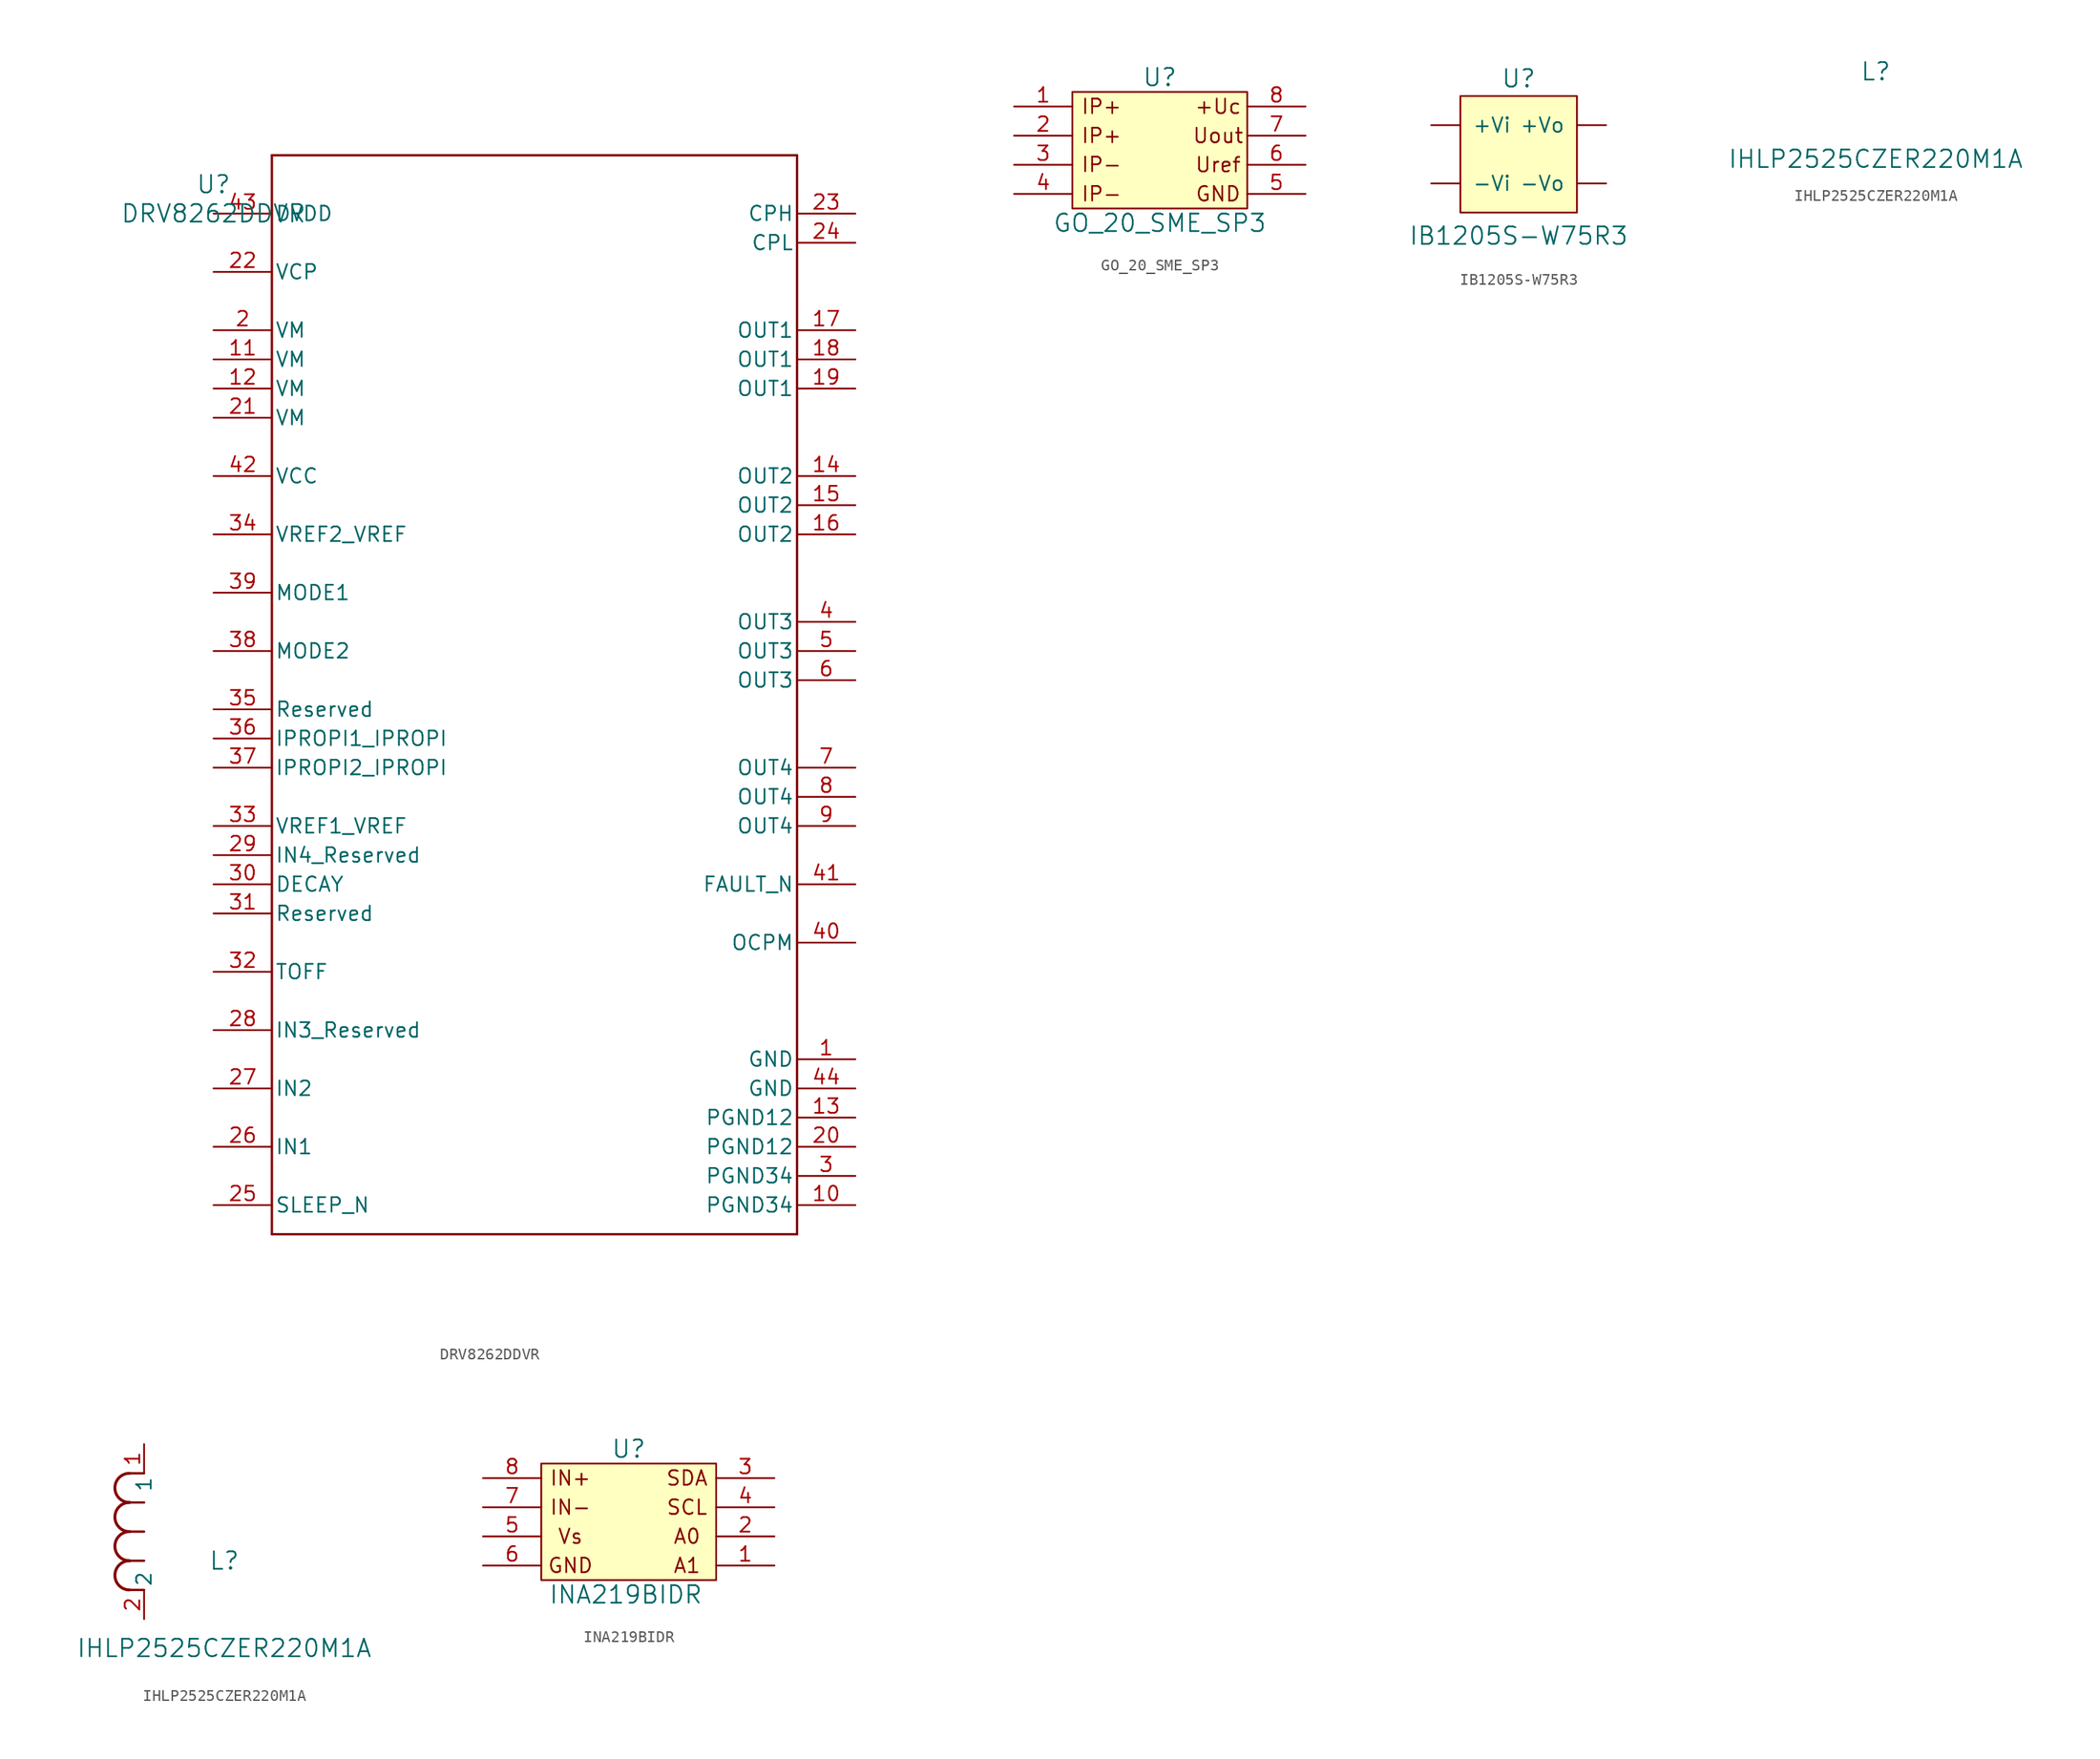
<source format=kicad_sym>
(kicad_symbol_lib
  (version 20241209)
  (generator "kicad_symbol_editor")
  (generator_version "9.0")
  (symbol "DRV8262DDVR"
    (pin_names
      (offset 0.254))
    (property "Reference" "U"
      (at 0 2.54 0)
      (effects (font (size 1.524 1.524))))
    (property "Value" "DRV8262DDVR"
      (at 0 0 0)
      (effects (font (size 1.524 1.524))))
    (symbol "DRV8262DDVR_0_1"
      (polyline (pts (xy 5.08 5.08) (xy 5.08 -88.9)) (stroke (width 0.203) (type default)) (fill (type none)))
      (polyline (pts (xy 5.08 -88.9) (xy 50.8 -88.9)) (stroke (width 0.203) (type default)) (fill (type none)))
      (polyline (pts (xy 50.8 5.08) (xy 5.08 5.08)) (stroke (width 0.203) (type default)) (fill (type none)))
      (polyline (pts (xy 50.8 -88.9) (xy 50.8 5.08)) (stroke (width 0.203) (type default)) (fill (type none)))
      (pin power_in line (at 0 0 0) (length 5.08) (name "DVDD" (effects (font (size 1.27 1.27)))) (number "43" (effects (font (size 1.27 1.27)))))
      (pin unspecified line (at 0 -5.08 0) (length 5.08) (name "VCP" (effects (font (size 1.27 1.27)))) (number "22" (effects (font (size 1.27 1.27)))))
      (pin power_in line (at 0 -10.16 0) (length 5.08) (name "VM" (effects (font (size 1.27 1.27)))) (number "2" (effects (font (size 1.27 1.27)))))
      (pin power_in line (at 0 -12.7 0) (length 5.08) (name "VM" (effects (font (size 1.27 1.27)))) (number "11" (effects (font (size 1.27 1.27)))))
      (pin power_in line (at 0 -15.24 0) (length 5.08) (name "VM" (effects (font (size 1.27 1.27)))) (number "12" (effects (font (size 1.27 1.27)))))
      (pin power_in line (at 0 -17.78 0) (length 5.08) (name "VM" (effects (font (size 1.27 1.27)))) (number "21" (effects (font (size 1.27 1.27)))))
      (pin power_in line (at 0 -22.86 0) (length 5.08) (name "VCC" (effects (font (size 1.27 1.27)))) (number "42" (effects (font (size 1.27 1.27)))))
      (pin unspecified line (at 0 -27.94 0) (length 5.08) (name "VREF2_VREF" (effects (font (size 1.27 1.27)))) (number "34" (effects (font (size 1.27 1.27)))))
      (pin input line (at 0 -33.02 0) (length 5.08) (name "MODE1" (effects (font (size 1.27 1.27)))) (number "39" (effects (font (size 1.27 1.27)))))
      (pin input line (at 0 -38.1 0) (length 5.08) (name "MODE2" (effects (font (size 1.27 1.27)))) (number "38" (effects (font (size 1.27 1.27)))))
      (pin unspecified line (at 0 -43.18 0) (length 5.08) (name "Reserved" (effects (font (size 1.27 1.27)))) (number "35" (effects (font (size 1.27 1.27)))))
      (pin unspecified line (at 0 -45.72 0) (length 5.08) (name "IPROPI1_IPROPI" (effects (font (size 1.27 1.27)))) (number "36" (effects (font (size 1.27 1.27)))))
      (pin unspecified line (at 0 -48.26 0) (length 5.08) (name "IPROPI2_IPROPI" (effects (font (size 1.27 1.27)))) (number "37" (effects (font (size 1.27 1.27)))))
      (pin unspecified line (at 0 -53.34 0) (length 5.08) (name "VREF1_VREF" (effects (font (size 1.27 1.27)))) (number "33" (effects (font (size 1.27 1.27)))))
      (pin input line (at 0 -55.88 0) (length 5.08) (name "IN4_Reserved" (effects (font (size 1.27 1.27)))) (number "29" (effects (font (size 1.27 1.27)))))
      (pin input line (at 0 -58.42 0) (length 5.08) (name "DECAY" (effects (font (size 1.27 1.27)))) (number "30" (effects (font (size 1.27 1.27)))))
      (pin unspecified line (at 0 -60.96 0) (length 5.08) (name "Reserved" (effects (font (size 1.27 1.27)))) (number "31" (effects (font (size 1.27 1.27)))))
      (pin input line (at 0 -66.04 0) (length 5.08) (name "TOFF" (effects (font (size 1.27 1.27)))) (number "32" (effects (font (size 1.27 1.27)))))
      (pin input line (at 0 -71.12 0) (length 5.08) (name "IN3_Reserved" (effects (font (size 1.27 1.27)))) (number "28" (effects (font (size 1.27 1.27)))))
      (pin input line (at 0 -76.2 0) (length 5.08) (name "IN2" (effects (font (size 1.27 1.27)))) (number "27" (effects (font (size 1.27 1.27)))))
      (pin input line (at 0 -81.28 0) (length 5.08) (name "IN1" (effects (font (size 1.27 1.27)))) (number "26" (effects (font (size 1.27 1.27)))))
      (pin input line (at 0 -86.36 0) (length 5.08) (name "SLEEP_N" (effects (font (size 1.27 1.27)))) (number "25" (effects (font (size 1.27 1.27)))))
      (pin unspecified line (at 55.88 0 180) (length 5.08) (name "CPH" (effects (font (size 1.27 1.27)))) (number "23" (effects (font (size 1.27 1.27)))))
      (pin unspecified line (at 55.88 -2.54 180) (length 5.08) (name "CPL" (effects (font (size 1.27 1.27)))) (number "24" (effects (font (size 1.27 1.27)))))
      (pin unspecified line (at 55.88 -10.16 180) (length 5.08) (name "OUT1" (effects (font (size 1.27 1.27)))) (number "17" (effects (font (size 1.27 1.27)))))
      (pin unspecified line (at 55.88 -12.7 180) (length 5.08) (name "OUT1" (effects (font (size 1.27 1.27)))) (number "18" (effects (font (size 1.27 1.27)))))
      (pin unspecified line (at 55.88 -15.24 180) (length 5.08) (name "OUT1" (effects (font (size 1.27 1.27)))) (number "19" (effects (font (size 1.27 1.27)))))
      (pin unspecified line (at 55.88 -22.86 180) (length 5.08) (name "OUT2" (effects (font (size 1.27 1.27)))) (number "14" (effects (font (size 1.27 1.27)))))
      (pin unspecified line (at 55.88 -25.4 180) (length 5.08) (name "OUT2" (effects (font (size 1.27 1.27)))) (number "15" (effects (font (size 1.27 1.27)))))
      (pin unspecified line (at 55.88 -27.94 180) (length 5.08) (name "OUT2" (effects (font (size 1.27 1.27)))) (number "16" (effects (font (size 1.27 1.27)))))
      (pin unspecified line (at 55.88 -35.56 180) (length 5.08) (name "OUT3" (effects (font (size 1.27 1.27)))) (number "4" (effects (font (size 1.27 1.27)))))
      (pin unspecified line (at 55.88 -38.1 180) (length 5.08) (name "OUT3" (effects (font (size 1.27 1.27)))) (number "5" (effects (font (size 1.27 1.27)))))
      (pin unspecified line (at 55.88 -40.64 180) (length 5.08) (name "OUT3" (effects (font (size 1.27 1.27)))) (number "6" (effects (font (size 1.27 1.27)))))
      (pin unspecified line (at 55.88 -48.26 180) (length 5.08) (name "OUT4" (effects (font (size 1.27 1.27)))) (number "7" (effects (font (size 1.27 1.27)))))
      (pin unspecified line (at 55.88 -50.8 180) (length 5.08) (name "OUT4" (effects (font (size 1.27 1.27)))) (number "8" (effects (font (size 1.27 1.27)))))
      (pin unspecified line (at 55.88 -53.34 180) (length 5.08) (name "OUT4" (effects (font (size 1.27 1.27)))) (number "9" (effects (font (size 1.27 1.27)))))
      (pin open_collector line (at 55.88 -58.42 180) (length 5.08) (name "FAULT_N" (effects (font (size 1.27 1.27)))) (number "41" (effects (font (size 1.27 1.27)))))
      (pin unspecified line (at 55.88 -63.5 180) (length 5.08) (name "OCPM" (effects (font (size 1.27 1.27)))) (number "40" (effects (font (size 1.27 1.27)))))
      (pin power_in line (at 55.88 -73.66 180) (length 5.08) (name "GND" (effects (font (size 1.27 1.27)))) (number "1" (effects (font (size 1.27 1.27)))))
      (pin power_in line (at 55.88 -76.2 180) (length 5.08) (name "GND" (effects (font (size 1.27 1.27)))) (number "44" (effects (font (size 1.27 1.27)))))
      (pin power_in line (at 55.88 -78.74 180) (length 5.08) (name "PGND12" (effects (font (size 1.27 1.27)))) (number "13" (effects (font (size 1.27 1.27)))))
      (pin power_in line (at 55.88 -81.28 180) (length 5.08) (name "PGND12" (effects (font (size 1.27 1.27)))) (number "20" (effects (font (size 1.27 1.27)))))
      (pin power_in line (at 55.88 -83.82 180) (length 5.08) (name "PGND34" (effects (font (size 1.27 1.27)))) (number "3" (effects (font (size 1.27 1.27)))))
      (pin power_in line (at 55.88 -86.36 180) (length 5.08) (name "PGND34" (effects (font (size 1.27 1.27)))) (number "10" (effects (font (size 1.27 1.27)))))))
  (symbol "GO_20_SME_SP3"
    (pin_names
      (offset 0)
      (hide yes))
    (property "Reference" "U"
      (at 0 8.89 0)
      (effects (font (size 1.524 1.524))))
    (property "Value" "GO_20_SME_SP3"
      (at 0 -3.81 0)
      (effects (font (size 1.524 1.524))))
    (symbol "GO_20_SME_SP3_0_0"
      (rectangle (start -7.62 7.62) (end 7.62 -2.54) (stroke (width 0) (type default)) (fill (type background)))
      (text "IP+" (at -5.08 6.35 0) (effects (font (size 1.27 1.27))))
      (text "IP+" (at -5.08 3.81 0) (effects (font (size 1.27 1.27))))
      (text "IP-" (at -5.08 2.032 0) (effects (font (size 1.27 1.27)) (justify top)))
      (text "IP-" (at -5.08 -1.27 0) (effects (font (size 1.27 1.27))))
      (text "+Uc" (at 5.08 6.35 0) (effects (font (size 1.27 1.27))))
      (text "Uout" (at 5.08 3.81 0) (effects (font (size 1.27 1.27))))
      (text "Uref" (at 5.08 1.27 0) (effects (font (size 1.27 1.27))))
      (text "GND" (at 5.08 -1.27 0) (effects (font (size 1.27 1.27)))))
    (symbol "GO_20_SME_SP3_1_1"
      (pin input line (at -12.7 6.35 0) (length 5.08) (name "IP+" (effects (font (size 1.27 1.27)))) (number "1" (effects (font (size 1.27 1.27)))))
      (pin input line (at -12.7 3.81 0) (length 5.08) (name "IP+" (effects (font (size 1.27 1.27)))) (number "2" (effects (font (size 1.27 1.27)))))
      (pin output line (at -12.7 1.27 0) (length 5.08) (name "IP-" (effects (font (size 1.27 1.27)))) (number "3" (effects (font (size 1.27 1.27)))))
      (pin output line (at -12.7 -1.27 0) (length 5.08) (name "IP-" (effects (font (size 1.27 1.27)))) (number "4" (effects (font (size 1.27 1.27)))))
      (pin input line (at 12.7 6.35 180) (length 5.08) (name "VCC" (effects (font (size 1.27 1.27)))) (number "8" (effects (font (size 1.27 1.27)))))
      (pin output line (at 12.7 3.81 180) (length 5.08) (name "VIOUT" (effects (font (size 1.27 1.27)))) (number "7" (effects (font (size 1.27 1.27)))))
      (pin input line (at 12.7 1.27 180) (length 5.08) (name "~{FAULT}" (effects (font (size 1.27 1.27)))) (number "6" (effects (font (size 1.27 1.27)))))
      (pin passive line (at 12.7 -1.27 180) (length 5.08) (name "GND" (effects (font (size 1.27 1.27)))) (number "5" (effects (font (size 1.27 1.27)))))))
  (symbol "IB1205S-W75R3"
    (pin_numbers
      (hide yes))
    (pin_names
      (offset 1.016))
    (property "Reference" "U"
      (at 0 6.604 0)
      (effects (font (size 1.524 1.524))))
    (property "Value" "IB1205S-W75R3"
      (at 0 -7.112 0)
      (effects (font (size 1.524 1.524))))
    (symbol "IB1205S-W75R3_0_1"
      (rectangle (start -5.08 5.08) (end 5.08 -5.08) (stroke (width 0) (type default)) (fill (type background))))
    (symbol "IB1205S-W75R3_1_1"
      (pin input line (at -7.62 2.54 0) (length 2.54) (name "+Vi" (effects (font (size 1.27 1.27)))) (number "2" (effects (font (size 1.27 1.27)))))
      (pin input line (at -7.62 -2.54 0) (length 2.54) (name "-Vi" (effects (font (size 1.27 1.27)))) (number "1" (effects (font (size 1.27 1.27)))))
      (pin input line (at 7.62 2.54 180) (length 2.54) (name "+Vo" (effects (font (size 1.27 1.27)))) (number "4" (effects (font (size 1.27 1.27)))))
      (pin input line (at 7.62 -2.54 180) (length 2.54) (name "-Vo" (effects (font (size 1.27 1.27)))) (number "3" (effects (font (size 1.27 1.27)))))))
  (symbol "IHLP2525CZER220M1A"
    (pin_names
      (offset 0.254))
    (property "Reference" "L"
      (at 6.985 5.08 0)
      (effects (font (size 1.524 1.524))))
    (property "Value" "IHLP2525CZER220M1A"
      (at 6.985 -2.54 0)
      (effects (font (size 1.524 1.524))))
    (property "ki_locked" ""
      (at 0 0 0)
      (effects (font (size 1.27 1.27))))
    (symbol "IHLP2525CZER220M1A_1_2"
      (arc (start -1.27 10.16) (mid -2.5344 11.43) (end -1.27 12.7) (stroke (width 0.254) (type default)) (fill (type none)))
      (arc (start -1.27 7.62) (mid -2.5344 8.89) (end -1.27 10.16) (stroke (width 0.254) (type default)) (fill (type none)))
      (arc (start -1.27 5.08) (mid -2.5344 6.35) (end -1.27 7.62) (stroke (width 0.254) (type default)) (fill (type none)))
      (arc (start -1.27 2.54) (mid -2.5344 3.81) (end -1.27 5.08) (stroke (width 0.254) (type default)) (fill (type none)))
      (polyline (pts (xy 0 12.7) (xy -1.27 12.7)) (stroke (width 0.203) (type default)) (fill (type none)))
      (polyline (pts (xy 0 10.16) (xy -1.27 10.16)) (stroke (width 0.203) (type default)) (fill (type none)))
      (polyline (pts (xy 0 7.62) (xy -1.27 7.62)) (stroke (width 0.203) (type default)) (fill (type none)))
      (polyline (pts (xy 0 5.08) (xy -1.27 5.08)) (stroke (width 0.203) (type default)) (fill (type none)))
      (polyline (pts (xy 0 2.54) (xy -1.27 2.54)) (stroke (width 0.203) (type default)) (fill (type none)))
      (pin unspecified line (at 0 15.24 270) (length 2.54) (name "1" (effects (font (size 1.27 1.27)))) (number "1" (effects (font (size 1.27 1.27)))))
      (pin unspecified line (at 0 0 90) (length 2.54) (name "2" (effects (font (size 1.27 1.27)))) (number "2" (effects (font (size 1.27 1.27)))))))
  (symbol "INA219BIDR"
    (pin_names
      (offset 0)
      (hide yes))
    (property "Reference" "U"
      (at 0 10.16 0)
      (effects (font (size 1.524 1.524))))
    (property "Value" "INA219BIDR"
      (at -0.254 -2.54 0)
      (effects (font (size 1.524 1.524))))
    (symbol "INA219BIDR_0_0"
      (rectangle (start -7.62 8.89) (end 7.62 -1.27) (stroke (width 0) (type default)) (fill (type background)))
      (text "IN+" (at -5.08 7.62 0) (effects (font (size 1.27 1.27))))
      (text "IN-" (at -5.08 5.08 0) (effects (font (size 1.27 1.27))))
      (text "Vs" (at -5.08 2.54 0) (effects (font (size 1.27 1.27))))
      (text "GND" (at -5.08 0 0) (effects (font (size 1.27 1.27))))
      (text "SDA" (at 5.08 7.62 0) (effects (font (size 1.27 1.27))))
      (text "SCL" (at 5.08 5.08 0) (effects (font (size 1.27 1.27))))
      (text "A0" (at 5.08 2.54 0) (effects (font (size 1.27 1.27))))
      (text "A1" (at 5.08 0 0) (effects (font (size 1.27 1.27)))))
    (symbol "INA219BIDR_1_1"
      (pin input line (at -12.7 7.62 0) (length 5.08) (name "IN+" (effects (font (size 1.27 1.27)))) (number "8" (effects (font (size 1.27 1.27)))))
      (pin input line (at -12.7 5.08 0) (length 5.08) (name "IN-" (effects (font (size 1.27 1.27)))) (number "7" (effects (font (size 1.27 1.27)))))
      (pin input line (at -12.7 2.54 0) (length 5.08) (name "Vs" (effects (font (size 1.27 1.27)))) (number "5" (effects (font (size 1.27 1.27)))))
      (pin input line (at -12.7 0 0) (length 5.08) (name "GND" (effects (font (size 1.27 1.27)))) (number "6" (effects (font (size 1.27 1.27)))))
      (pin input line (at 12.7 7.62 180) (length 5.08) (name "SDA" (effects (font (size 1.27 1.27)))) (number "3" (effects (font (size 1.27 1.27)))))
      (pin input line (at 12.7 5.08 180) (length 5.08) (name "SCL" (effects (font (size 1.27 1.27)))) (number "4" (effects (font (size 1.27 1.27)))))
      (pin input line (at 12.7 2.54 180) (length 5.08) (name "A0" (effects (font (size 1.27 1.27)))) (number "2" (effects (font (size 1.27 1.27)))))
      (pin input line (at 12.7 0 180) (length 5.08) (name "A1" (effects (font (size 1.27 1.27)))) (number "1" (effects (font (size 1.27 1.27))))))))
</source>
